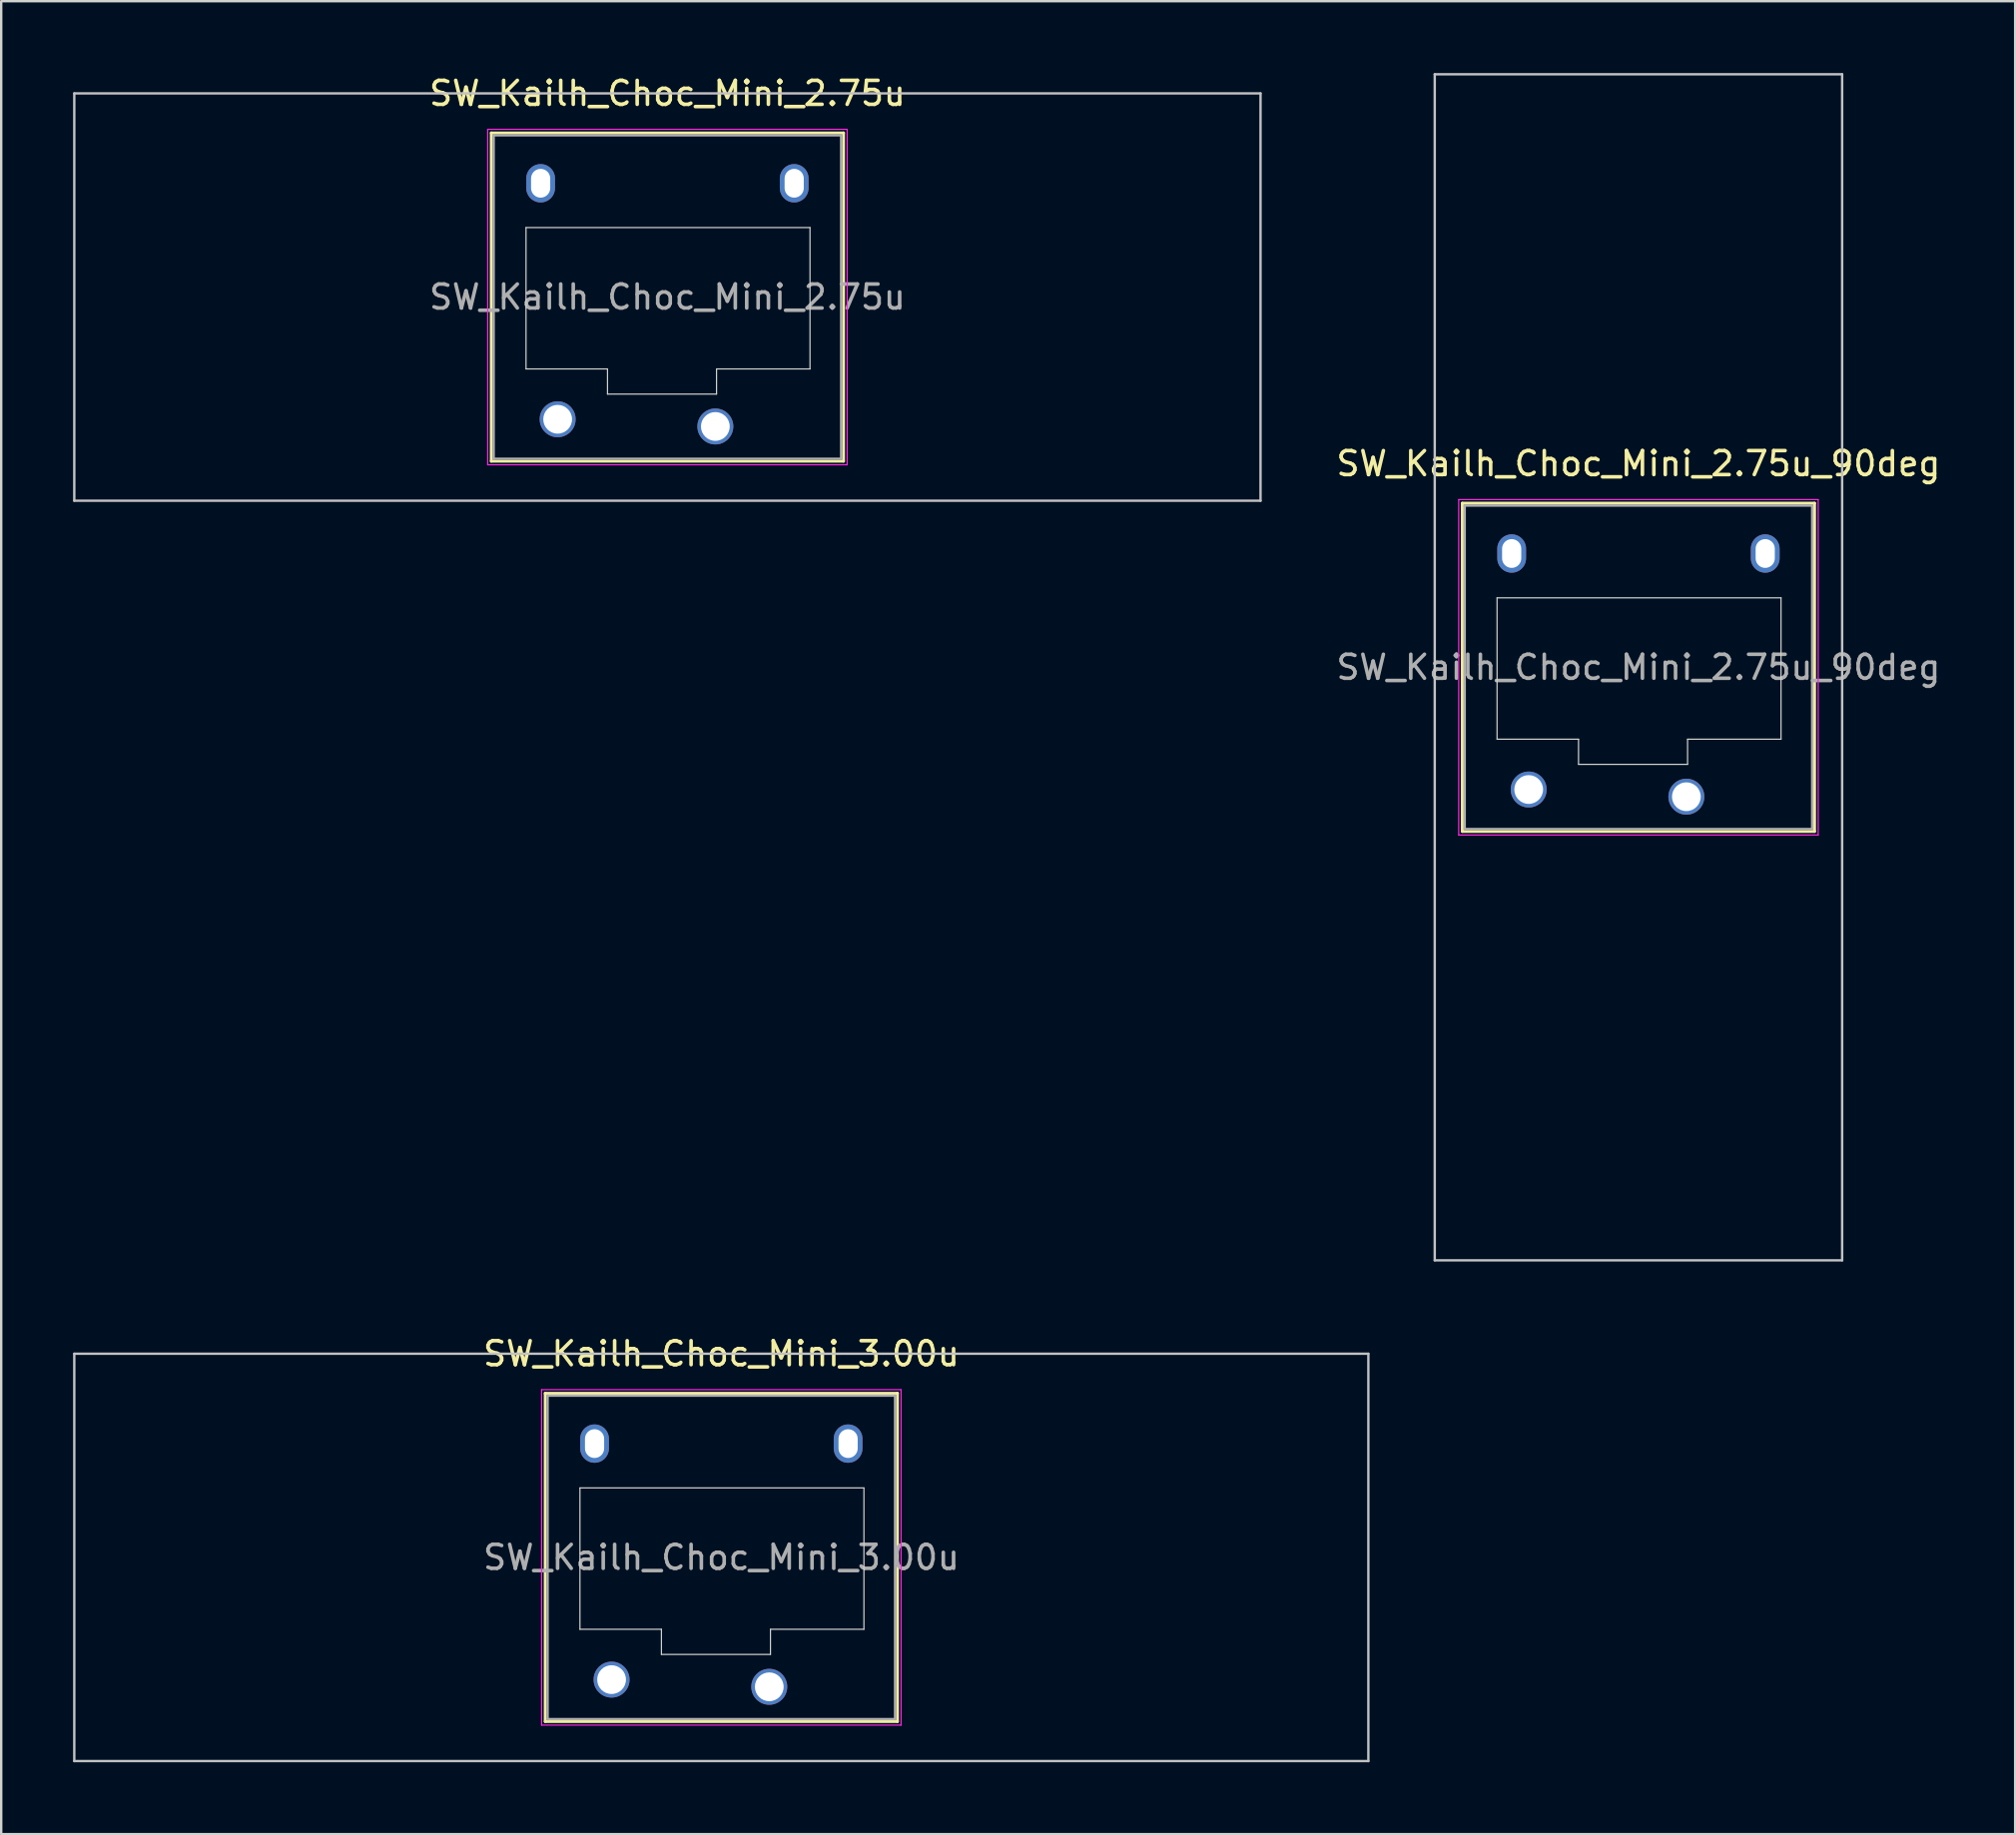
<source format=kicad_pcb>
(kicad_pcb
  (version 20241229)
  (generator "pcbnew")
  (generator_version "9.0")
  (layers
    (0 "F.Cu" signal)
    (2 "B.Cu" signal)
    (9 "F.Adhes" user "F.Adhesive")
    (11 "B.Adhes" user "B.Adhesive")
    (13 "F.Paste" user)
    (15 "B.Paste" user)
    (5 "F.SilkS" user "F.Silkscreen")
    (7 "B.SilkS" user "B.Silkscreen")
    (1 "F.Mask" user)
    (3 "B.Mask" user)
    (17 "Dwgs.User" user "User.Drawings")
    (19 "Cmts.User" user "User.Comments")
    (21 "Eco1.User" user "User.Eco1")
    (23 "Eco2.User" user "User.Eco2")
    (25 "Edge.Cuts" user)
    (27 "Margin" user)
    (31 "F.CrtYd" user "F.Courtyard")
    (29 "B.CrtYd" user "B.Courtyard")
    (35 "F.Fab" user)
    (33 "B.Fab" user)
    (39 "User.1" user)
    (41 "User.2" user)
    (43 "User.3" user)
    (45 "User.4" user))
  (footprint "SW_Kailh_Choc_Mini_2.75u"
    (layer "F.Cu")
    (at 24.8 9.348)
    (property "Reference" "SW_Kailh_Choc_Mini_2.75u" (at 0 -8.5 0) (layer "F.SilkS") (effects (font (size 1 1) (thickness 0.15))))
    (attr through_hole)
    (fp_line (start -7.35 -6.85) (end -7.35 6.85) (stroke (width 0.12) (type solid)) (layer "F.SilkS"))
    (fp_line (start -7.35 6.85) (end 7.35 6.85) (stroke (width 0.12) (type solid)) (layer "F.SilkS"))
    (fp_line (start 7.35 -6.85) (end -7.35 -6.85) (stroke (width 0.12) (type solid)) (layer "F.SilkS"))
    (fp_line (start 7.35 6.85) (end 7.35 -6.85) (stroke (width 0.12) (type solid)) (layer "F.SilkS"))
    (fp_line (start -24.75 -8.5) (end -24.75 8.5) (stroke (width 0.1) (type solid)) (layer "Dwgs.User"))
    (fp_line (start -24.75 8.5) (end 24.75 8.5) (stroke (width 0.1) (type solid)) (layer "Dwgs.User"))
    (fp_line (start 24.75 -8.5) (end -24.75 -8.5) (stroke (width 0.1) (type solid)) (layer "Dwgs.User"))
    (fp_line (start 24.75 8.5) (end 24.75 -8.5) (stroke (width 0.1) (type solid)) (layer "Dwgs.User"))
    (fp_line (start -6.85 -6.35) (end -6.85 6.35) (stroke (width 0.1) (type solid)) (layer "Eco1.User"))
    (fp_line (start -6.85 6.35) (end 6.85 6.35) (stroke (width 0.1) (type solid)) (layer "Eco1.User"))
    (fp_line (start 6.85 -6.35) (end -6.85 -6.35) (stroke (width 0.1) (type solid)) (layer "Eco1.User"))
    (fp_line (start 6.85 6.35) (end 6.85 -6.35) (stroke (width 0.1) (type solid)) (layer "Eco1.User"))
    (fp_line (start -5.9 -2.9) (end -5.9 3) (stroke (width 0.05) (type solid)) (layer "Edge.Cuts"))
    (fp_line (start -5.9 3) (end -2.5 3) (stroke (width 0.05) (type solid)) (layer "Edge.Cuts"))
    (fp_line (start -2.5 3) (end -2.5 4.05) (stroke (width 0.05) (type solid)) (layer "Edge.Cuts"))
    (fp_line (start -2.5 4.05) (end 2.05 4.05) (stroke (width 0.05) (type solid)) (layer "Edge.Cuts"))
    (fp_line (start 2.05 3) (end 5.95 3) (stroke (width 0.05) (type solid)) (layer "Edge.Cuts"))
    (fp_line (start 2.05 4.05) (end 2.05 3) (stroke (width 0.05) (type solid)) (layer "Edge.Cuts"))
    (fp_line (start 5.95 -2.9) (end -5.9 -2.9) (stroke (width 0.05) (type solid)) (layer "Edge.Cuts"))
    (fp_line (start 5.95 3) (end 5.95 -2.9) (stroke (width 0.05) (type solid)) (layer "Edge.Cuts"))
    (fp_line (start -7.5 -7) (end -7.5 7) (stroke (width 0.05) (type solid)) (layer "F.CrtYd"))
    (fp_line (start -7.5 7) (end 7.5 7) (stroke (width 0.05) (type solid)) (layer "F.CrtYd"))
    (fp_line (start 7.5 -7) (end -7.5 -7) (stroke (width 0.05) (type solid)) (layer "F.CrtYd"))
    (fp_line (start 7.5 7) (end 7.5 -7) (stroke (width 0.05) (type solid)) (layer "F.CrtYd"))
    (fp_line (start -7.25 -6.75) (end -7.25 6.75) (stroke (width 0.1) (type solid)) (layer "F.Fab"))
    (fp_line (start -7.25 6.75) (end 7.25 6.75) (stroke (width 0.1) (type solid)) (layer "F.Fab"))
    (fp_line (start 7.25 -6.75) (end -7.25 -6.75) (stroke (width 0.1) (type solid)) (layer "F.Fab"))
    (fp_line (start 7.25 6.75) (end 7.25 -6.75) (stroke (width 0.1) (type solid)) (layer "F.Fab"))
    (fp_text user "${REFERENCE}" (at 0 0 0) (layer "F.Fab") (effects (font (size 1 1) (thickness 0.15))))
    (pad "" np_thru_hole oval (at -5.29 -4.75) (size 1.2 1.6) (drill oval 0.8 1.2) (layers "*.Cu" "*.Mask"))
    (pad "" smd circle (at -4.58 5.1) (size 1.25 1.25) (layers "F.Mask"))
    (pad "" smd circle (at 2 5.4) (size 1.25 1.25) (layers "F.Mask"))
    (pad "" np_thru_hole oval (at 5.29 -4.75) (size 1.2 1.6) (drill oval 0.8 1.2) (layers "*.Cu" "*.Mask"))
    (pad "1" thru_hole circle (at 2 5.4) (size 1.5 1.5) (drill 1.2) (layers "*.Cu" "B.Mask"))
    (pad "2" thru_hole circle (at -4.58 5.1) (size 1.5 1.5) (drill 1.2) (layers "*.Cu" "B.Mask")))
  (footprint "SW_Kailh_Choc_Mini_3.00u"
    (layer "F.Cu")
    (at 27.05 61.948)
    (property "Reference" "SW_Kailh_Choc_Mini_3.00u" (at 0 -8.5 0) (layer "F.SilkS") (effects (font (size 1 1) (thickness 0.15))))
    (attr through_hole)
    (fp_line (start -7.35 -6.85) (end -7.35 6.85) (stroke (width 0.12) (type solid)) (layer "F.SilkS"))
    (fp_line (start -7.35 6.85) (end 7.35 6.85) (stroke (width 0.12) (type solid)) (layer "F.SilkS"))
    (fp_line (start 7.35 -6.85) (end -7.35 -6.85) (stroke (width 0.12) (type solid)) (layer "F.SilkS"))
    (fp_line (start 7.35 6.85) (end 7.35 -6.85) (stroke (width 0.12) (type solid)) (layer "F.SilkS"))
    (fp_line (start -27 -8.5) (end -27 8.5) (stroke (width 0.1) (type solid)) (layer "Dwgs.User"))
    (fp_line (start -27 8.5) (end 27 8.5) (stroke (width 0.1) (type solid)) (layer "Dwgs.User"))
    (fp_line (start 27 -8.5) (end -27 -8.5) (stroke (width 0.1) (type solid)) (layer "Dwgs.User"))
    (fp_line (start 27 8.5) (end 27 -8.5) (stroke (width 0.1) (type solid)) (layer "Dwgs.User"))
    (fp_line (start -6.85 -6.35) (end -6.85 6.35) (stroke (width 0.1) (type solid)) (layer "Eco1.User"))
    (fp_line (start -6.85 6.35) (end 6.85 6.35) (stroke (width 0.1) (type solid)) (layer "Eco1.User"))
    (fp_line (start 6.85 -6.35) (end -6.85 -6.35) (stroke (width 0.1) (type solid)) (layer "Eco1.User"))
    (fp_line (start 6.85 6.35) (end 6.85 -6.35) (stroke (width 0.1) (type solid)) (layer "Eco1.User"))
    (fp_line (start -5.9 -2.9) (end -5.9 3) (stroke (width 0.05) (type solid)) (layer "Edge.Cuts"))
    (fp_line (start -5.9 3) (end -2.5 3) (stroke (width 0.05) (type solid)) (layer "Edge.Cuts"))
    (fp_line (start -2.5 3) (end -2.5 4.05) (stroke (width 0.05) (type solid)) (layer "Edge.Cuts"))
    (fp_line (start -2.5 4.05) (end 2.05 4.05) (stroke (width 0.05) (type solid)) (layer "Edge.Cuts"))
    (fp_line (start 2.05 3) (end 5.95 3) (stroke (width 0.05) (type solid)) (layer "Edge.Cuts"))
    (fp_line (start 2.05 4.05) (end 2.05 3) (stroke (width 0.05) (type solid)) (layer "Edge.Cuts"))
    (fp_line (start 5.95 -2.9) (end -5.9 -2.9) (stroke (width 0.05) (type solid)) (layer "Edge.Cuts"))
    (fp_line (start 5.95 3) (end 5.95 -2.9) (stroke (width 0.05) (type solid)) (layer "Edge.Cuts"))
    (fp_line (start -7.5 -7) (end -7.5 7) (stroke (width 0.05) (type solid)) (layer "F.CrtYd"))
    (fp_line (start -7.5 7) (end 7.5 7) (stroke (width 0.05) (type solid)) (layer "F.CrtYd"))
    (fp_line (start 7.5 -7) (end -7.5 -7) (stroke (width 0.05) (type solid)) (layer "F.CrtYd"))
    (fp_line (start 7.5 7) (end 7.5 -7) (stroke (width 0.05) (type solid)) (layer "F.CrtYd"))
    (fp_line (start -7.25 -6.75) (end -7.25 6.75) (stroke (width 0.1) (type solid)) (layer "F.Fab"))
    (fp_line (start -7.25 6.75) (end 7.25 6.75) (stroke (width 0.1) (type solid)) (layer "F.Fab"))
    (fp_line (start 7.25 -6.75) (end -7.25 -6.75) (stroke (width 0.1) (type solid)) (layer "F.Fab"))
    (fp_line (start 7.25 6.75) (end 7.25 -6.75) (stroke (width 0.1) (type solid)) (layer "F.Fab"))
    (fp_text user "${REFERENCE}" (at 0 0 0) (layer "F.Fab") (effects (font (size 1 1) (thickness 0.15))))
    (pad "" np_thru_hole oval (at -5.29 -4.75) (size 1.2 1.6) (drill oval 0.8 1.2) (layers "*.Cu" "*.Mask"))
    (pad "" smd circle (at -4.58 5.1) (size 1.25 1.25) (layers "F.Mask"))
    (pad "" smd circle (at 2 5.4) (size 1.25 1.25) (layers "F.Mask"))
    (pad "" np_thru_hole oval (at 5.29 -4.75) (size 1.2 1.6) (drill oval 0.8 1.2) (layers "*.Cu" "*.Mask"))
    (pad "1" thru_hole circle (at 2 5.4) (size 1.5 1.5) (drill 1.2) (layers "*.Cu" "B.Mask"))
    (pad "2" thru_hole circle (at -4.58 5.1) (size 1.5 1.5) (drill 1.2) (layers "*.Cu" "B.Mask")))
  (footprint "SW_Kailh_Choc_Mini_2.75u_90deg"
    (layer "F.Cu")
    (at 65.32 24.8)
    (property "Reference" "SW_Kailh_Choc_Mini_2.75u_90deg" (at 0 -8.5 0) (layer "F.SilkS") (effects (font (size 1 1) (thickness 0.15))))
    (attr through_hole)
    (fp_line (start -7.35 -6.85) (end -7.35 6.85) (stroke (width 0.12) (type solid)) (layer "F.SilkS"))
    (fp_line (start -7.35 6.85) (end 7.35 6.85) (stroke (width 0.12) (type solid)) (layer "F.SilkS"))
    (fp_line (start 7.35 -6.85) (end -7.35 -6.85) (stroke (width 0.12) (type solid)) (layer "F.SilkS"))
    (fp_line (start 7.35 6.85) (end 7.35 -6.85) (stroke (width 0.12) (type solid)) (layer "F.SilkS"))
    (fp_line (start -8.5 -24.75) (end 8.5 -24.75) (stroke (width 0.1) (type solid)) (layer "Dwgs.User"))
    (fp_line (start -8.5 24.75) (end -8.5 -24.75) (stroke (width 0.1) (type solid)) (layer "Dwgs.User"))
    (fp_line (start 8.5 -24.75) (end 8.5 24.75) (stroke (width 0.1) (type solid)) (layer "Dwgs.User"))
    (fp_line (start 8.5 24.75) (end -8.5 24.75) (stroke (width 0.1) (type solid)) (layer "Dwgs.User"))
    (fp_line (start -6.85 -6.35) (end -6.85 6.35) (stroke (width 0.1) (type solid)) (layer "Eco1.User"))
    (fp_line (start -6.85 6.35) (end 6.85 6.35) (stroke (width 0.1) (type solid)) (layer "Eco1.User"))
    (fp_line (start 6.85 -6.35) (end -6.85 -6.35) (stroke (width 0.1) (type solid)) (layer "Eco1.User"))
    (fp_line (start 6.85 6.35) (end 6.85 -6.35) (stroke (width 0.1) (type solid)) (layer "Eco1.User"))
    (fp_line (start -5.9 -2.9) (end -5.9 3) (stroke (width 0.05) (type solid)) (layer "Edge.Cuts"))
    (fp_line (start -5.9 3) (end -2.5 3) (stroke (width 0.05) (type solid)) (layer "Edge.Cuts"))
    (fp_line (start -2.5 3) (end -2.5 4.05) (stroke (width 0.05) (type solid)) (layer "Edge.Cuts"))
    (fp_line (start -2.5 4.05) (end 2.05 4.05) (stroke (width 0.05) (type solid)) (layer "Edge.Cuts"))
    (fp_line (start 2.05 3) (end 5.95 3) (stroke (width 0.05) (type solid)) (layer "Edge.Cuts"))
    (fp_line (start 2.05 4.05) (end 2.05 3) (stroke (width 0.05) (type solid)) (layer "Edge.Cuts"))
    (fp_line (start 5.95 -2.9) (end -5.9 -2.9) (stroke (width 0.05) (type solid)) (layer "Edge.Cuts"))
    (fp_line (start 5.95 3) (end 5.95 -2.9) (stroke (width 0.05) (type solid)) (layer "Edge.Cuts"))
    (fp_line (start -7.5 -7) (end -7.5 7) (stroke (width 0.05) (type solid)) (layer "F.CrtYd"))
    (fp_line (start -7.5 7) (end 7.5 7) (stroke (width 0.05) (type solid)) (layer "F.CrtYd"))
    (fp_line (start 7.5 -7) (end -7.5 -7) (stroke (width 0.05) (type solid)) (layer "F.CrtYd"))
    (fp_line (start 7.5 7) (end 7.5 -7) (stroke (width 0.05) (type solid)) (layer "F.CrtYd"))
    (fp_line (start -7.25 -6.75) (end -7.25 6.75) (stroke (width 0.1) (type solid)) (layer "F.Fab"))
    (fp_line (start -7.25 6.75) (end 7.25 6.75) (stroke (width 0.1) (type solid)) (layer "F.Fab"))
    (fp_line (start 7.25 -6.75) (end -7.25 -6.75) (stroke (width 0.1) (type solid)) (layer "F.Fab"))
    (fp_line (start 7.25 6.75) (end 7.25 -6.75) (stroke (width 0.1) (type solid)) (layer "F.Fab"))
    (fp_text user "${REFERENCE}" (at 0 0 0) (layer "F.Fab") (effects (font (size 1 1) (thickness 0.15))))
    (pad "" np_thru_hole oval (at -5.29 -4.75) (size 1.2 1.6) (drill oval 0.8 1.2) (layers "*.Cu" "*.Mask"))
    (pad "" smd circle (at -4.58 5.1) (size 1.25 1.25) (layers "F.Mask"))
    (pad "" smd circle (at 2 5.4) (size 1.25 1.25) (layers "F.Mask"))
    (pad "" np_thru_hole oval (at 5.29 -4.75) (size 1.2 1.6) (drill oval 0.8 1.2) (layers "*.Cu" "*.Mask"))
    (pad "1" thru_hole circle (at 2 5.4) (size 1.5 1.5) (drill 1.2) (layers "*.Cu" "B.Mask"))
    (pad "2" thru_hole circle (at -4.58 5.1) (size 1.5 1.5) (drill 1.2) (layers "*.Cu" "B.Mask")))
  (gr_rect
    (start -3 -3)
    (end 81.04 73.498)
    (stroke (width 0.1) (type default))
    (fill no)
    (layer "Edge.Cuts")))
</source>
